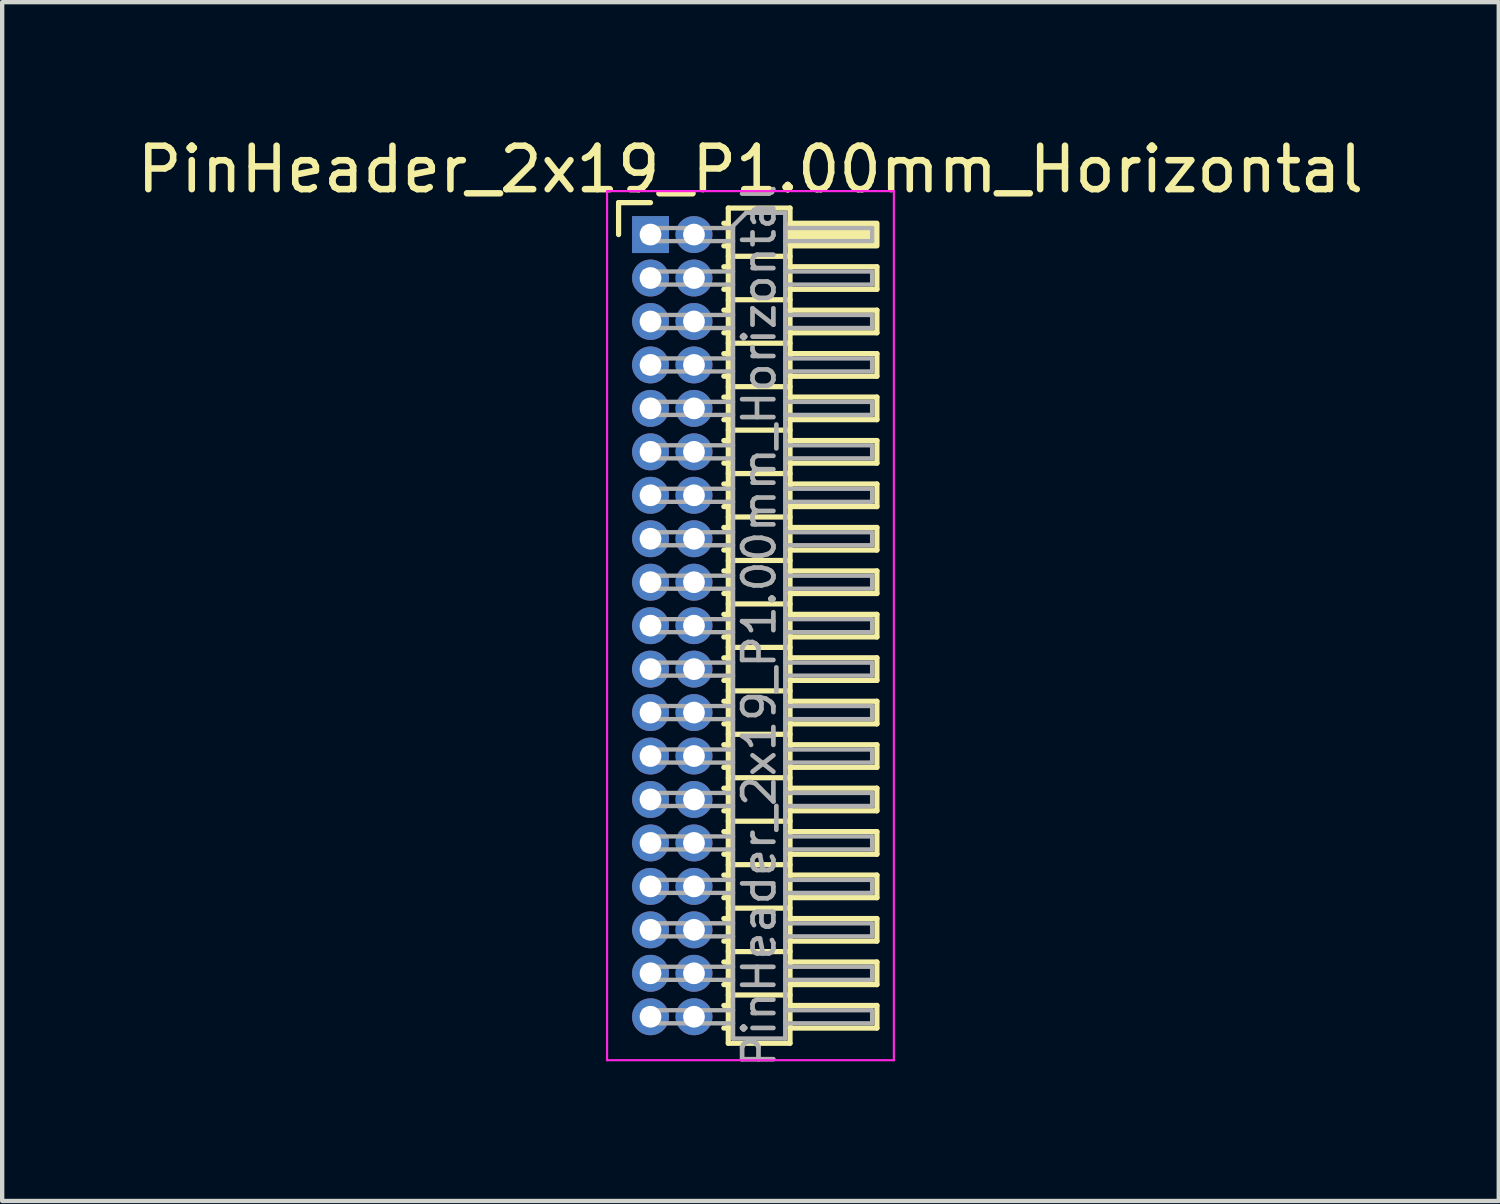
<source format=kicad_pcb>
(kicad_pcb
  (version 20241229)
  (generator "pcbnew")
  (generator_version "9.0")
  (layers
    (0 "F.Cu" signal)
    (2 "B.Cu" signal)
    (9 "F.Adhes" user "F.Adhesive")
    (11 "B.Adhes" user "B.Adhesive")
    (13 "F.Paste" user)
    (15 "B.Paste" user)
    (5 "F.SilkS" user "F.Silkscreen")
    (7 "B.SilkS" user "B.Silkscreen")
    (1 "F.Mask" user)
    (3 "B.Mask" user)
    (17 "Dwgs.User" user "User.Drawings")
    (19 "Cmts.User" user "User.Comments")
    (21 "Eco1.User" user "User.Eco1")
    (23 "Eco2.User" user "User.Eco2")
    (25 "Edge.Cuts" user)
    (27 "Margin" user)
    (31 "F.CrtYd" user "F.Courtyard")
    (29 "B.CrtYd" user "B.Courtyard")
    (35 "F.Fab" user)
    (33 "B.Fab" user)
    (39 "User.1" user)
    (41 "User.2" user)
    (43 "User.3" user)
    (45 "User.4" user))
  (footprint "PinHeader_2x19_P1.00mm_Horizontal"
    (layer "F.Cu")
    (at 11.92 2.348)
    (property "Reference" "PinHeader_2x19_P1.00mm_Horizontal" (at 2.3 -1.5 0) (layer "F.SilkS") (effects (font (size 1 1) (thickness 0.15))))
    (attr through_hole)
    (fp_line (start -0.735 -0.735) (end 0 -0.735) (stroke (width 0.12) (type solid)) (layer "F.SilkS"))
    (fp_line (start -0.735 0) (end -0.735 -0.735) (stroke (width 0.12) (type solid)) (layer "F.SilkS"))
    (fp_line (start 1.687 -0.26) (end 1.79 -0.26) (stroke (width 0.12) (type solid)) (layer "F.SilkS"))
    (fp_line (start 1.687 0.26) (end 1.79 0.26) (stroke (width 0.12) (type solid)) (layer "F.SilkS"))
    (fp_line (start 1.687 0.74) (end 1.79 0.74) (stroke (width 0.12) (type solid)) (layer "F.SilkS"))
    (fp_line (start 1.687 1.26) (end 1.79 1.26) (stroke (width 0.12) (type solid)) (layer "F.SilkS"))
    (fp_line (start 1.687 1.74) (end 1.79 1.74) (stroke (width 0.12) (type solid)) (layer "F.SilkS"))
    (fp_line (start 1.687 2.26) (end 1.79 2.26) (stroke (width 0.12) (type solid)) (layer "F.SilkS"))
    (fp_line (start 1.687 2.74) (end 1.79 2.74) (stroke (width 0.12) (type solid)) (layer "F.SilkS"))
    (fp_line (start 1.687 3.26) (end 1.79 3.26) (stroke (width 0.12) (type solid)) (layer "F.SilkS"))
    (fp_line (start 1.687 3.74) (end 1.79 3.74) (stroke (width 0.12) (type solid)) (layer "F.SilkS"))
    (fp_line (start 1.687 4.26) (end 1.79 4.26) (stroke (width 0.12) (type solid)) (layer "F.SilkS"))
    (fp_line (start 1.687 4.74) (end 1.79 4.74) (stroke (width 0.12) (type solid)) (layer "F.SilkS"))
    (fp_line (start 1.687 5.26) (end 1.79 5.26) (stroke (width 0.12) (type solid)) (layer "F.SilkS"))
    (fp_line (start 1.687 5.74) (end 1.79 5.74) (stroke (width 0.12) (type solid)) (layer "F.SilkS"))
    (fp_line (start 1.687 6.26) (end 1.79 6.26) (stroke (width 0.12) (type solid)) (layer "F.SilkS"))
    (fp_line (start 1.687 6.74) (end 1.79 6.74) (stroke (width 0.12) (type solid)) (layer "F.SilkS"))
    (fp_line (start 1.687 7.26) (end 1.79 7.26) (stroke (width 0.12) (type solid)) (layer "F.SilkS"))
    (fp_line (start 1.687 7.74) (end 1.79 7.74) (stroke (width 0.12) (type solid)) (layer "F.SilkS"))
    (fp_line (start 1.687 8.26) (end 1.79 8.26) (stroke (width 0.12) (type solid)) (layer "F.SilkS"))
    (fp_line (start 1.687 8.74) (end 1.79 8.74) (stroke (width 0.12) (type solid)) (layer "F.SilkS"))
    (fp_line (start 1.687 9.26) (end 1.79 9.26) (stroke (width 0.12) (type solid)) (layer "F.SilkS"))
    (fp_line (start 1.687 9.74) (end 1.79 9.74) (stroke (width 0.12) (type solid)) (layer "F.SilkS"))
    (fp_line (start 1.687 10.26) (end 1.79 10.26) (stroke (width 0.12) (type solid)) (layer "F.SilkS"))
    (fp_line (start 1.687 10.74) (end 1.79 10.74) (stroke (width 0.12) (type solid)) (layer "F.SilkS"))
    (fp_line (start 1.687 11.26) (end 1.79 11.26) (stroke (width 0.12) (type solid)) (layer "F.SilkS"))
    (fp_line (start 1.687 11.74) (end 1.79 11.74) (stroke (width 0.12) (type solid)) (layer "F.SilkS"))
    (fp_line (start 1.687 12.26) (end 1.79 12.26) (stroke (width 0.12) (type solid)) (layer "F.SilkS"))
    (fp_line (start 1.687 12.74) (end 1.79 12.74) (stroke (width 0.12) (type solid)) (layer "F.SilkS"))
    (fp_line (start 1.687 13.26) (end 1.79 13.26) (stroke (width 0.12) (type solid)) (layer "F.SilkS"))
    (fp_line (start 1.687 13.74) (end 1.79 13.74) (stroke (width 0.12) (type solid)) (layer "F.SilkS"))
    (fp_line (start 1.687 14.26) (end 1.79 14.26) (stroke (width 0.12) (type solid)) (layer "F.SilkS"))
    (fp_line (start 1.687 14.74) (end 1.79 14.74) (stroke (width 0.12) (type solid)) (layer "F.SilkS"))
    (fp_line (start 1.687 15.26) (end 1.79 15.26) (stroke (width 0.12) (type solid)) (layer "F.SilkS"))
    (fp_line (start 1.687 15.74) (end 1.79 15.74) (stroke (width 0.12) (type solid)) (layer "F.SilkS"))
    (fp_line (start 1.687 16.26) (end 1.79 16.26) (stroke (width 0.12) (type solid)) (layer "F.SilkS"))
    (fp_line (start 1.687 16.74) (end 1.79 16.74) (stroke (width 0.12) (type solid)) (layer "F.SilkS"))
    (fp_line (start 1.687 17.26) (end 1.79 17.26) (stroke (width 0.12) (type solid)) (layer "F.SilkS"))
    (fp_line (start 1.687 17.74) (end 1.79 17.74) (stroke (width 0.12) (type solid)) (layer "F.SilkS"))
    (fp_line (start 1.687 18.26) (end 1.79 18.26) (stroke (width 0.12) (type solid)) (layer "F.SilkS"))
    (fp_line (start 1.79 -0.61) (end 1.79 18.61) (stroke (width 0.12) (type solid)) (layer "F.SilkS"))
    (fp_line (start 1.79 0.5) (end 3.21 0.5) (stroke (width 0.12) (type solid)) (layer "F.SilkS"))
    (fp_line (start 1.79 1.5) (end 3.21 1.5) (stroke (width 0.12) (type solid)) (layer "F.SilkS"))
    (fp_line (start 1.79 2.5) (end 3.21 2.5) (stroke (width 0.12) (type solid)) (layer "F.SilkS"))
    (fp_line (start 1.79 3.5) (end 3.21 3.5) (stroke (width 0.12) (type solid)) (layer "F.SilkS"))
    (fp_line (start 1.79 4.5) (end 3.21 4.5) (stroke (width 0.12) (type solid)) (layer "F.SilkS"))
    (fp_line (start 1.79 5.5) (end 3.21 5.5) (stroke (width 0.12) (type solid)) (layer "F.SilkS"))
    (fp_line (start 1.79 6.5) (end 3.21 6.5) (stroke (width 0.12) (type solid)) (layer "F.SilkS"))
    (fp_line (start 1.79 7.5) (end 3.21 7.5) (stroke (width 0.12) (type solid)) (layer "F.SilkS"))
    (fp_line (start 1.79 8.5) (end 3.21 8.5) (stroke (width 0.12) (type solid)) (layer "F.SilkS"))
    (fp_line (start 1.79 9.5) (end 3.21 9.5) (stroke (width 0.12) (type solid)) (layer "F.SilkS"))
    (fp_line (start 1.79 10.5) (end 3.21 10.5) (stroke (width 0.12) (type solid)) (layer "F.SilkS"))
    (fp_line (start 1.79 11.5) (end 3.21 11.5) (stroke (width 0.12) (type solid)) (layer "F.SilkS"))
    (fp_line (start 1.79 12.5) (end 3.21 12.5) (stroke (width 0.12) (type solid)) (layer "F.SilkS"))
    (fp_line (start 1.79 13.5) (end 3.21 13.5) (stroke (width 0.12) (type solid)) (layer "F.SilkS"))
    (fp_line (start 1.79 14.5) (end 3.21 14.5) (stroke (width 0.12) (type solid)) (layer "F.SilkS"))
    (fp_line (start 1.79 15.5) (end 3.21 15.5) (stroke (width 0.12) (type solid)) (layer "F.SilkS"))
    (fp_line (start 1.79 16.5) (end 3.21 16.5) (stroke (width 0.12) (type solid)) (layer "F.SilkS"))
    (fp_line (start 1.79 17.5) (end 3.21 17.5) (stroke (width 0.12) (type solid)) (layer "F.SilkS"))
    (fp_line (start 1.79 18.61) (end 3.21 18.61) (stroke (width 0.12) (type solid)) (layer "F.SilkS"))
    (fp_line (start 3.21 -0.61) (end 1.79 -0.61) (stroke (width 0.12) (type solid)) (layer "F.SilkS"))
    (fp_line (start 3.21 0.74) (end 5.21 0.74) (stroke (width 0.12) (type solid)) (layer "F.SilkS"))
    (fp_line (start 3.21 1.74) (end 5.21 1.74) (stroke (width 0.12) (type solid)) (layer "F.SilkS"))
    (fp_line (start 3.21 2.74) (end 5.21 2.74) (stroke (width 0.12) (type solid)) (layer "F.SilkS"))
    (fp_line (start 3.21 3.74) (end 5.21 3.74) (stroke (width 0.12) (type solid)) (layer "F.SilkS"))
    (fp_line (start 3.21 4.74) (end 5.21 4.74) (stroke (width 0.12) (type solid)) (layer "F.SilkS"))
    (fp_line (start 3.21 5.74) (end 5.21 5.74) (stroke (width 0.12) (type solid)) (layer "F.SilkS"))
    (fp_line (start 3.21 6.74) (end 5.21 6.74) (stroke (width 0.12) (type solid)) (layer "F.SilkS"))
    (fp_line (start 3.21 7.74) (end 5.21 7.74) (stroke (width 0.12) (type solid)) (layer "F.SilkS"))
    (fp_line (start 3.21 8.74) (end 5.21 8.74) (stroke (width 0.12) (type solid)) (layer "F.SilkS"))
    (fp_line (start 3.21 9.74) (end 5.21 9.74) (stroke (width 0.12) (type solid)) (layer "F.SilkS"))
    (fp_line (start 3.21 10.74) (end 5.21 10.74) (stroke (width 0.12) (type solid)) (layer "F.SilkS"))
    (fp_line (start 3.21 11.74) (end 5.21 11.74) (stroke (width 0.12) (type solid)) (layer "F.SilkS"))
    (fp_line (start 3.21 12.74) (end 5.21 12.74) (stroke (width 0.12) (type solid)) (layer "F.SilkS"))
    (fp_line (start 3.21 13.74) (end 5.21 13.74) (stroke (width 0.12) (type solid)) (layer "F.SilkS"))
    (fp_line (start 3.21 14.74) (end 5.21 14.74) (stroke (width 0.12) (type solid)) (layer "F.SilkS"))
    (fp_line (start 3.21 15.74) (end 5.21 15.74) (stroke (width 0.12) (type solid)) (layer "F.SilkS"))
    (fp_line (start 3.21 16.74) (end 5.21 16.74) (stroke (width 0.12) (type solid)) (layer "F.SilkS"))
    (fp_line (start 3.21 17.74) (end 5.21 17.74) (stroke (width 0.12) (type solid)) (layer "F.SilkS"))
    (fp_line (start 3.21 18.61) (end 3.21 -0.61) (stroke (width 0.12) (type solid)) (layer "F.SilkS"))
    (fp_line (start 5.21 0.74) (end 5.21 1.26) (stroke (width 0.12) (type solid)) (layer "F.SilkS"))
    (fp_line (start 5.21 1.26) (end 3.21 1.26) (stroke (width 0.12) (type solid)) (layer "F.SilkS"))
    (fp_line (start 5.21 1.74) (end 5.21 2.26) (stroke (width 0.12) (type solid)) (layer "F.SilkS"))
    (fp_line (start 5.21 2.26) (end 3.21 2.26) (stroke (width 0.12) (type solid)) (layer "F.SilkS"))
    (fp_line (start 5.21 2.74) (end 5.21 3.26) (stroke (width 0.12) (type solid)) (layer "F.SilkS"))
    (fp_line (start 5.21 3.26) (end 3.21 3.26) (stroke (width 0.12) (type solid)) (layer "F.SilkS"))
    (fp_line (start 5.21 3.74) (end 5.21 4.26) (stroke (width 0.12) (type solid)) (layer "F.SilkS"))
    (fp_line (start 5.21 4.26) (end 3.21 4.26) (stroke (width 0.12) (type solid)) (layer "F.SilkS"))
    (fp_line (start 5.21 4.74) (end 5.21 5.26) (stroke (width 0.12) (type solid)) (layer "F.SilkS"))
    (fp_line (start 5.21 5.26) (end 3.21 5.26) (stroke (width 0.12) (type solid)) (layer "F.SilkS"))
    (fp_line (start 5.21 5.74) (end 5.21 6.26) (stroke (width 0.12) (type solid)) (layer "F.SilkS"))
    (fp_line (start 5.21 6.26) (end 3.21 6.26) (stroke (width 0.12) (type solid)) (layer "F.SilkS"))
    (fp_line (start 5.21 6.74) (end 5.21 7.26) (stroke (width 0.12) (type solid)) (layer "F.SilkS"))
    (fp_line (start 5.21 7.26) (end 3.21 7.26) (stroke (width 0.12) (type solid)) (layer "F.SilkS"))
    (fp_line (start 5.21 7.74) (end 5.21 8.26) (stroke (width 0.12) (type solid)) (layer "F.SilkS"))
    (fp_line (start 5.21 8.26) (end 3.21 8.26) (stroke (width 0.12) (type solid)) (layer "F.SilkS"))
    (fp_line (start 5.21 8.74) (end 5.21 9.26) (stroke (width 0.12) (type solid)) (layer "F.SilkS"))
    (fp_line (start 5.21 9.26) (end 3.21 9.26) (stroke (width 0.12) (type solid)) (layer "F.SilkS"))
    (fp_line (start 5.21 9.74) (end 5.21 10.26) (stroke (width 0.12) (type solid)) (layer "F.SilkS"))
    (fp_line (start 5.21 10.26) (end 3.21 10.26) (stroke (width 0.12) (type solid)) (layer "F.SilkS"))
    (fp_line (start 5.21 10.74) (end 5.21 11.26) (stroke (width 0.12) (type solid)) (layer "F.SilkS"))
    (fp_line (start 5.21 11.26) (end 3.21 11.26) (stroke (width 0.12) (type solid)) (layer "F.SilkS"))
    (fp_line (start 5.21 11.74) (end 5.21 12.26) (stroke (width 0.12) (type solid)) (layer "F.SilkS"))
    (fp_line (start 5.21 12.26) (end 3.21 12.26) (stroke (width 0.12) (type solid)) (layer "F.SilkS"))
    (fp_line (start 5.21 12.74) (end 5.21 13.26) (stroke (width 0.12) (type solid)) (layer "F.SilkS"))
    (fp_line (start 5.21 13.26) (end 3.21 13.26) (stroke (width 0.12) (type solid)) (layer "F.SilkS"))
    (fp_line (start 5.21 13.74) (end 5.21 14.26) (stroke (width 0.12) (type solid)) (layer "F.SilkS"))
    (fp_line (start 5.21 14.26) (end 3.21 14.26) (stroke (width 0.12) (type solid)) (layer "F.SilkS"))
    (fp_line (start 5.21 14.74) (end 5.21 15.26) (stroke (width 0.12) (type solid)) (layer "F.SilkS"))
    (fp_line (start 5.21 15.26) (end 3.21 15.26) (stroke (width 0.12) (type solid)) (layer "F.SilkS"))
    (fp_line (start 5.21 15.74) (end 5.21 16.26) (stroke (width 0.12) (type solid)) (layer "F.SilkS"))
    (fp_line (start 5.21 16.26) (end 3.21 16.26) (stroke (width 0.12) (type solid)) (layer "F.SilkS"))
    (fp_line (start 5.21 16.74) (end 5.21 17.26) (stroke (width 0.12) (type solid)) (layer "F.SilkS"))
    (fp_line (start 5.21 17.26) (end 3.21 17.26) (stroke (width 0.12) (type solid)) (layer "F.SilkS"))
    (fp_line (start 5.21 17.74) (end 5.21 18.26) (stroke (width 0.12) (type solid)) (layer "F.SilkS"))
    (fp_line (start 5.21 18.26) (end 3.21 18.26) (stroke (width 0.12) (type solid)) (layer "F.SilkS"))
    (fp_rect (start 3.21 -0.26) (end 5.21 0.26) (stroke (width 0.12) (type solid)) (fill yes) (layer "F.SilkS"))
    (fp_line (start -1 -1) (end -1 19) (stroke (width 0.05) (type solid)) (layer "F.CrtYd"))
    (fp_line (start -1 19) (end 5.6 19) (stroke (width 0.05) (type solid)) (layer "F.CrtYd"))
    (fp_line (start 5.6 -1) (end -1 -1) (stroke (width 0.05) (type solid)) (layer "F.CrtYd"))
    (fp_line (start 5.6 19) (end 5.6 -1) (stroke (width 0.05) (type solid)) (layer "F.CrtYd"))
    (fp_line (start -0.15 -0.15) (end -0.15 0.15) (stroke (width 0.1) (type solid)) (layer "F.Fab"))
    (fp_line (start -0.15 -0.15) (end 1.9 -0.15) (stroke (width 0.1) (type solid)) (layer "F.Fab"))
    (fp_line (start -0.15 0.15) (end 1.9 0.15) (stroke (width 0.1) (type solid)) (layer "F.Fab"))
    (fp_line (start -0.15 0.85) (end -0.15 1.15) (stroke (width 0.1) (type solid)) (layer "F.Fab"))
    (fp_line (start -0.15 0.85) (end 1.9 0.85) (stroke (width 0.1) (type solid)) (layer "F.Fab"))
    (fp_line (start -0.15 1.15) (end 1.9 1.15) (stroke (width 0.1) (type solid)) (layer "F.Fab"))
    (fp_line (start -0.15 1.85) (end -0.15 2.15) (stroke (width 0.1) (type solid)) (layer "F.Fab"))
    (fp_line (start -0.15 1.85) (end 1.9 1.85) (stroke (width 0.1) (type solid)) (layer "F.Fab"))
    (fp_line (start -0.15 2.15) (end 1.9 2.15) (stroke (width 0.1) (type solid)) (layer "F.Fab"))
    (fp_line (start -0.15 2.85) (end -0.15 3.15) (stroke (width 0.1) (type solid)) (layer "F.Fab"))
    (fp_line (start -0.15 2.85) (end 1.9 2.85) (stroke (width 0.1) (type solid)) (layer "F.Fab"))
    (fp_line (start -0.15 3.15) (end 1.9 3.15) (stroke (width 0.1) (type solid)) (layer "F.Fab"))
    (fp_line (start -0.15 3.85) (end -0.15 4.15) (stroke (width 0.1) (type solid)) (layer "F.Fab"))
    (fp_line (start -0.15 3.85) (end 1.9 3.85) (stroke (width 0.1) (type solid)) (layer "F.Fab"))
    (fp_line (start -0.15 4.15) (end 1.9 4.15) (stroke (width 0.1) (type solid)) (layer "F.Fab"))
    (fp_line (start -0.15 4.85) (end -0.15 5.15) (stroke (width 0.1) (type solid)) (layer "F.Fab"))
    (fp_line (start -0.15 4.85) (end 1.9 4.85) (stroke (width 0.1) (type solid)) (layer "F.Fab"))
    (fp_line (start -0.15 5.15) (end 1.9 5.15) (stroke (width 0.1) (type solid)) (layer "F.Fab"))
    (fp_line (start -0.15 5.85) (end -0.15 6.15) (stroke (width 0.1) (type solid)) (layer "F.Fab"))
    (fp_line (start -0.15 5.85) (end 1.9 5.85) (stroke (width 0.1) (type solid)) (layer "F.Fab"))
    (fp_line (start -0.15 6.15) (end 1.9 6.15) (stroke (width 0.1) (type solid)) (layer "F.Fab"))
    (fp_line (start -0.15 6.85) (end -0.15 7.15) (stroke (width 0.1) (type solid)) (layer "F.Fab"))
    (fp_line (start -0.15 6.85) (end 1.9 6.85) (stroke (width 0.1) (type solid)) (layer "F.Fab"))
    (fp_line (start -0.15 7.15) (end 1.9 7.15) (stroke (width 0.1) (type solid)) (layer "F.Fab"))
    (fp_line (start -0.15 7.85) (end -0.15 8.15) (stroke (width 0.1) (type solid)) (layer "F.Fab"))
    (fp_line (start -0.15 7.85) (end 1.9 7.85) (stroke (width 0.1) (type solid)) (layer "F.Fab"))
    (fp_line (start -0.15 8.15) (end 1.9 8.15) (stroke (width 0.1) (type solid)) (layer "F.Fab"))
    (fp_line (start -0.15 8.85) (end -0.15 9.15) (stroke (width 0.1) (type solid)) (layer "F.Fab"))
    (fp_line (start -0.15 8.85) (end 1.9 8.85) (stroke (width 0.1) (type solid)) (layer "F.Fab"))
    (fp_line (start -0.15 9.15) (end 1.9 9.15) (stroke (width 0.1) (type solid)) (layer "F.Fab"))
    (fp_line (start -0.15 9.85) (end -0.15 10.15) (stroke (width 0.1) (type solid)) (layer "F.Fab"))
    (fp_line (start -0.15 9.85) (end 1.9 9.85) (stroke (width 0.1) (type solid)) (layer "F.Fab"))
    (fp_line (start -0.15 10.15) (end 1.9 10.15) (stroke (width 0.1) (type solid)) (layer "F.Fab"))
    (fp_line (start -0.15 10.85) (end -0.15 11.15) (stroke (width 0.1) (type solid)) (layer "F.Fab"))
    (fp_line (start -0.15 10.85) (end 1.9 10.85) (stroke (width 0.1) (type solid)) (layer "F.Fab"))
    (fp_line (start -0.15 11.15) (end 1.9 11.15) (stroke (width 0.1) (type solid)) (layer "F.Fab"))
    (fp_line (start -0.15 11.85) (end -0.15 12.15) (stroke (width 0.1) (type solid)) (layer "F.Fab"))
    (fp_line (start -0.15 11.85) (end 1.9 11.85) (stroke (width 0.1) (type solid)) (layer "F.Fab"))
    (fp_line (start -0.15 12.15) (end 1.9 12.15) (stroke (width 0.1) (type solid)) (layer "F.Fab"))
    (fp_line (start -0.15 12.85) (end -0.15 13.15) (stroke (width 0.1) (type solid)) (layer "F.Fab"))
    (fp_line (start -0.15 12.85) (end 1.9 12.85) (stroke (width 0.1) (type solid)) (layer "F.Fab"))
    (fp_line (start -0.15 13.15) (end 1.9 13.15) (stroke (width 0.1) (type solid)) (layer "F.Fab"))
    (fp_line (start -0.15 13.85) (end -0.15 14.15) (stroke (width 0.1) (type solid)) (layer "F.Fab"))
    (fp_line (start -0.15 13.85) (end 1.9 13.85) (stroke (width 0.1) (type solid)) (layer "F.Fab"))
    (fp_line (start -0.15 14.15) (end 1.9 14.15) (stroke (width 0.1) (type solid)) (layer "F.Fab"))
    (fp_line (start -0.15 14.85) (end -0.15 15.15) (stroke (width 0.1) (type solid)) (layer "F.Fab"))
    (fp_line (start -0.15 14.85) (end 1.9 14.85) (stroke (width 0.1) (type solid)) (layer "F.Fab"))
    (fp_line (start -0.15 15.15) (end 1.9 15.15) (stroke (width 0.1) (type solid)) (layer "F.Fab"))
    (fp_line (start -0.15 15.85) (end -0.15 16.15) (stroke (width 0.1) (type solid)) (layer "F.Fab"))
    (fp_line (start -0.15 15.85) (end 1.9 15.85) (stroke (width 0.1) (type solid)) (layer "F.Fab"))
    (fp_line (start -0.15 16.15) (end 1.9 16.15) (stroke (width 0.1) (type solid)) (layer "F.Fab"))
    (fp_line (start -0.15 16.85) (end -0.15 17.15) (stroke (width 0.1) (type solid)) (layer "F.Fab"))
    (fp_line (start -0.15 16.85) (end 1.9 16.85) (stroke (width 0.1) (type solid)) (layer "F.Fab"))
    (fp_line (start -0.15 17.15) (end 1.9 17.15) (stroke (width 0.1) (type solid)) (layer "F.Fab"))
    (fp_line (start -0.15 17.85) (end -0.15 18.15) (stroke (width 0.1) (type solid)) (layer "F.Fab"))
    (fp_line (start -0.15 17.85) (end 1.9 17.85) (stroke (width 0.1) (type solid)) (layer "F.Fab"))
    (fp_line (start -0.15 18.15) (end 1.9 18.15) (stroke (width 0.1) (type solid)) (layer "F.Fab"))
    (fp_line (start 1.9 -0.2) (end 2.2 -0.5) (stroke (width 0.1) (type solid)) (layer "F.Fab"))
    (fp_line (start 1.9 18.5) (end 1.9 -0.2) (stroke (width 0.1) (type solid)) (layer "F.Fab"))
    (fp_line (start 2.2 -0.5) (end 3.1 -0.5) (stroke (width 0.1) (type solid)) (layer "F.Fab"))
    (fp_line (start 3.1 -0.5) (end 3.1 18.5) (stroke (width 0.1) (type solid)) (layer "F.Fab"))
    (fp_line (start 3.1 -0.15) (end 5.1 -0.15) (stroke (width 0.1) (type solid)) (layer "F.Fab"))
    (fp_line (start 3.1 0.15) (end 5.1 0.15) (stroke (width 0.1) (type solid)) (layer "F.Fab"))
    (fp_line (start 3.1 0.85) (end 5.1 0.85) (stroke (width 0.1) (type solid)) (layer "F.Fab"))
    (fp_line (start 3.1 1.15) (end 5.1 1.15) (stroke (width 0.1) (type solid)) (layer "F.Fab"))
    (fp_line (start 3.1 1.85) (end 5.1 1.85) (stroke (width 0.1) (type solid)) (layer "F.Fab"))
    (fp_line (start 3.1 2.15) (end 5.1 2.15) (stroke (width 0.1) (type solid)) (layer "F.Fab"))
    (fp_line (start 3.1 2.85) (end 5.1 2.85) (stroke (width 0.1) (type solid)) (layer "F.Fab"))
    (fp_line (start 3.1 3.15) (end 5.1 3.15) (stroke (width 0.1) (type solid)) (layer "F.Fab"))
    (fp_line (start 3.1 3.85) (end 5.1 3.85) (stroke (width 0.1) (type solid)) (layer "F.Fab"))
    (fp_line (start 3.1 4.15) (end 5.1 4.15) (stroke (width 0.1) (type solid)) (layer "F.Fab"))
    (fp_line (start 3.1 4.85) (end 5.1 4.85) (stroke (width 0.1) (type solid)) (layer "F.Fab"))
    (fp_line (start 3.1 5.15) (end 5.1 5.15) (stroke (width 0.1) (type solid)) (layer "F.Fab"))
    (fp_line (start 3.1 5.85) (end 5.1 5.85) (stroke (width 0.1) (type solid)) (layer "F.Fab"))
    (fp_line (start 3.1 6.15) (end 5.1 6.15) (stroke (width 0.1) (type solid)) (layer "F.Fab"))
    (fp_line (start 3.1 6.85) (end 5.1 6.85) (stroke (width 0.1) (type solid)) (layer "F.Fab"))
    (fp_line (start 3.1 7.15) (end 5.1 7.15) (stroke (width 0.1) (type solid)) (layer "F.Fab"))
    (fp_line (start 3.1 7.85) (end 5.1 7.85) (stroke (width 0.1) (type solid)) (layer "F.Fab"))
    (fp_line (start 3.1 8.15) (end 5.1 8.15) (stroke (width 0.1) (type solid)) (layer "F.Fab"))
    (fp_line (start 3.1 8.85) (end 5.1 8.85) (stroke (width 0.1) (type solid)) (layer "F.Fab"))
    (fp_line (start 3.1 9.15) (end 5.1 9.15) (stroke (width 0.1) (type solid)) (layer "F.Fab"))
    (fp_line (start 3.1 9.85) (end 5.1 9.85) (stroke (width 0.1) (type solid)) (layer "F.Fab"))
    (fp_line (start 3.1 10.15) (end 5.1 10.15) (stroke (width 0.1) (type solid)) (layer "F.Fab"))
    (fp_line (start 3.1 10.85) (end 5.1 10.85) (stroke (width 0.1) (type solid)) (layer "F.Fab"))
    (fp_line (start 3.1 11.15) (end 5.1 11.15) (stroke (width 0.1) (type solid)) (layer "F.Fab"))
    (fp_line (start 3.1 11.85) (end 5.1 11.85) (stroke (width 0.1) (type solid)) (layer "F.Fab"))
    (fp_line (start 3.1 12.15) (end 5.1 12.15) (stroke (width 0.1) (type solid)) (layer "F.Fab"))
    (fp_line (start 3.1 12.85) (end 5.1 12.85) (stroke (width 0.1) (type solid)) (layer "F.Fab"))
    (fp_line (start 3.1 13.15) (end 5.1 13.15) (stroke (width 0.1) (type solid)) (layer "F.Fab"))
    (fp_line (start 3.1 13.85) (end 5.1 13.85) (stroke (width 0.1) (type solid)) (layer "F.Fab"))
    (fp_line (start 3.1 14.15) (end 5.1 14.15) (stroke (width 0.1) (type solid)) (layer "F.Fab"))
    (fp_line (start 3.1 14.85) (end 5.1 14.85) (stroke (width 0.1) (type solid)) (layer "F.Fab"))
    (fp_line (start 3.1 15.15) (end 5.1 15.15) (stroke (width 0.1) (type solid)) (layer "F.Fab"))
    (fp_line (start 3.1 15.85) (end 5.1 15.85) (stroke (width 0.1) (type solid)) (layer "F.Fab"))
    (fp_line (start 3.1 16.15) (end 5.1 16.15) (stroke (width 0.1) (type solid)) (layer "F.Fab"))
    (fp_line (start 3.1 16.85) (end 5.1 16.85) (stroke (width 0.1) (type solid)) (layer "F.Fab"))
    (fp_line (start 3.1 17.15) (end 5.1 17.15) (stroke (width 0.1) (type solid)) (layer "F.Fab"))
    (fp_line (start 3.1 17.85) (end 5.1 17.85) (stroke (width 0.1) (type solid)) (layer "F.Fab"))
    (fp_line (start 3.1 18.15) (end 5.1 18.15) (stroke (width 0.1) (type solid)) (layer "F.Fab"))
    (fp_line (start 3.1 18.5) (end 1.9 18.5) (stroke (width 0.1) (type solid)) (layer "F.Fab"))
    (fp_line (start 5.1 -0.15) (end 5.1 0.15) (stroke (width 0.1) (type solid)) (layer "F.Fab"))
    (fp_line (start 5.1 0.85) (end 5.1 1.15) (stroke (width 0.1) (type solid)) (layer "F.Fab"))
    (fp_line (start 5.1 1.85) (end 5.1 2.15) (stroke (width 0.1) (type solid)) (layer "F.Fab"))
    (fp_line (start 5.1 2.85) (end 5.1 3.15) (stroke (width 0.1) (type solid)) (layer "F.Fab"))
    (fp_line (start 5.1 3.85) (end 5.1 4.15) (stroke (width 0.1) (type solid)) (layer "F.Fab"))
    (fp_line (start 5.1 4.85) (end 5.1 5.15) (stroke (width 0.1) (type solid)) (layer "F.Fab"))
    (fp_line (start 5.1 5.85) (end 5.1 6.15) (stroke (width 0.1) (type solid)) (layer "F.Fab"))
    (fp_line (start 5.1 6.85) (end 5.1 7.15) (stroke (width 0.1) (type solid)) (layer "F.Fab"))
    (fp_line (start 5.1 7.85) (end 5.1 8.15) (stroke (width 0.1) (type solid)) (layer "F.Fab"))
    (fp_line (start 5.1 8.85) (end 5.1 9.15) (stroke (width 0.1) (type solid)) (layer "F.Fab"))
    (fp_line (start 5.1 9.85) (end 5.1 10.15) (stroke (width 0.1) (type solid)) (layer "F.Fab"))
    (fp_line (start 5.1 10.85) (end 5.1 11.15) (stroke (width 0.1) (type solid)) (layer "F.Fab"))
    (fp_line (start 5.1 11.85) (end 5.1 12.15) (stroke (width 0.1) (type solid)) (layer "F.Fab"))
    (fp_line (start 5.1 12.85) (end 5.1 13.15) (stroke (width 0.1) (type solid)) (layer "F.Fab"))
    (fp_line (start 5.1 13.85) (end 5.1 14.15) (stroke (width 0.1) (type solid)) (layer "F.Fab"))
    (fp_line (start 5.1 14.85) (end 5.1 15.15) (stroke (width 0.1) (type solid)) (layer "F.Fab"))
    (fp_line (start 5.1 15.85) (end 5.1 16.15) (stroke (width 0.1) (type solid)) (layer "F.Fab"))
    (fp_line (start 5.1 16.85) (end 5.1 17.15) (stroke (width 0.1) (type solid)) (layer "F.Fab"))
    (fp_line (start 5.1 17.85) (end 5.1 18.15) (stroke (width 0.1) (type solid)) (layer "F.Fab"))
    (fp_text user "${REFERENCE}" (at 2.5 9 90) (layer "F.Fab") (effects (font (size 0.72 0.72) (thickness 0.108))))
    (pad "1" thru_hole rect (at 0 0) (size 0.85 0.85) (drill 0.5) (layers "*.Cu" "*.Mask"))
    (pad "2" thru_hole circle (at 1 0) (size 0.85 0.85) (drill 0.5) (layers "*.Cu" "*.Mask"))
    (pad "3" thru_hole circle (at 0 1) (size 0.85 0.85) (drill 0.5) (layers "*.Cu" "*.Mask"))
    (pad "4" thru_hole circle (at 1 1) (size 0.85 0.85) (drill 0.5) (layers "*.Cu" "*.Mask"))
    (pad "5" thru_hole circle (at 0 2) (size 0.85 0.85) (drill 0.5) (layers "*.Cu" "*.Mask"))
    (pad "6" thru_hole circle (at 1 2) (size 0.85 0.85) (drill 0.5) (layers "*.Cu" "*.Mask"))
    (pad "7" thru_hole circle (at 0 3) (size 0.85 0.85) (drill 0.5) (layers "*.Cu" "*.Mask"))
    (pad "8" thru_hole circle (at 1 3) (size 0.85 0.85) (drill 0.5) (layers "*.Cu" "*.Mask"))
    (pad "9" thru_hole circle (at 0 4) (size 0.85 0.85) (drill 0.5) (layers "*.Cu" "*.Mask"))
    (pad "10" thru_hole circle (at 1 4) (size 0.85 0.85) (drill 0.5) (layers "*.Cu" "*.Mask"))
    (pad "11" thru_hole circle (at 0 5) (size 0.85 0.85) (drill 0.5) (layers "*.Cu" "*.Mask"))
    (pad "12" thru_hole circle (at 1 5) (size 0.85 0.85) (drill 0.5) (layers "*.Cu" "*.Mask"))
    (pad "13" thru_hole circle (at 0 6) (size 0.85 0.85) (drill 0.5) (layers "*.Cu" "*.Mask"))
    (pad "14" thru_hole circle (at 1 6) (size 0.85 0.85) (drill 0.5) (layers "*.Cu" "*.Mask"))
    (pad "15" thru_hole circle (at 0 7) (size 0.85 0.85) (drill 0.5) (layers "*.Cu" "*.Mask"))
    (pad "16" thru_hole circle (at 1 7) (size 0.85 0.85) (drill 0.5) (layers "*.Cu" "*.Mask"))
    (pad "17" thru_hole circle (at 0 8) (size 0.85 0.85) (drill 0.5) (layers "*.Cu" "*.Mask"))
    (pad "18" thru_hole circle (at 1 8) (size 0.85 0.85) (drill 0.5) (layers "*.Cu" "*.Mask"))
    (pad "19" thru_hole circle (at 0 9) (size 0.85 0.85) (drill 0.5) (layers "*.Cu" "*.Mask"))
    (pad "20" thru_hole circle (at 1 9) (size 0.85 0.85) (drill 0.5) (layers "*.Cu" "*.Mask"))
    (pad "21" thru_hole circle (at 0 10) (size 0.85 0.85) (drill 0.5) (layers "*.Cu" "*.Mask"))
    (pad "22" thru_hole circle (at 1 10) (size 0.85 0.85) (drill 0.5) (layers "*.Cu" "*.Mask"))
    (pad "23" thru_hole circle (at 0 11) (size 0.85 0.85) (drill 0.5) (layers "*.Cu" "*.Mask"))
    (pad "24" thru_hole circle (at 1 11) (size 0.85 0.85) (drill 0.5) (layers "*.Cu" "*.Mask"))
    (pad "25" thru_hole circle (at 0 12) (size 0.85 0.85) (drill 0.5) (layers "*.Cu" "*.Mask"))
    (pad "26" thru_hole circle (at 1 12) (size 0.85 0.85) (drill 0.5) (layers "*.Cu" "*.Mask"))
    (pad "27" thru_hole circle (at 0 13) (size 0.85 0.85) (drill 0.5) (layers "*.Cu" "*.Mask"))
    (pad "28" thru_hole circle (at 1 13) (size 0.85 0.85) (drill 0.5) (layers "*.Cu" "*.Mask"))
    (pad "29" thru_hole circle (at 0 14) (size 0.85 0.85) (drill 0.5) (layers "*.Cu" "*.Mask"))
    (pad "30" thru_hole circle (at 1 14) (size 0.85 0.85) (drill 0.5) (layers "*.Cu" "*.Mask"))
    (pad "31" thru_hole circle (at 0 15) (size 0.85 0.85) (drill 0.5) (layers "*.Cu" "*.Mask"))
    (pad "32" thru_hole circle (at 1 15) (size 0.85 0.85) (drill 0.5) (layers "*.Cu" "*.Mask"))
    (pad "33" thru_hole circle (at 0 16) (size 0.85 0.85) (drill 0.5) (layers "*.Cu" "*.Mask"))
    (pad "34" thru_hole circle (at 1 16) (size 0.85 0.85) (drill 0.5) (layers "*.Cu" "*.Mask"))
    (pad "35" thru_hole circle (at 0 17) (size 0.85 0.85) (drill 0.5) (layers "*.Cu" "*.Mask"))
    (pad "36" thru_hole circle (at 1 17) (size 0.85 0.85) (drill 0.5) (layers "*.Cu" "*.Mask"))
    (pad "37" thru_hole circle (at 0 18) (size 0.85 0.85) (drill 0.5) (layers "*.Cu" "*.Mask"))
    (pad "38" thru_hole circle (at 1 18) (size 0.85 0.85) (drill 0.5) (layers "*.Cu" "*.Mask")))
  (gr_rect
    (start -3 -3)
    (end 31.44 24.587)
    (stroke (width 0.1) (type default))
    (fill no)
    (layer "Edge.Cuts")))
</source>
